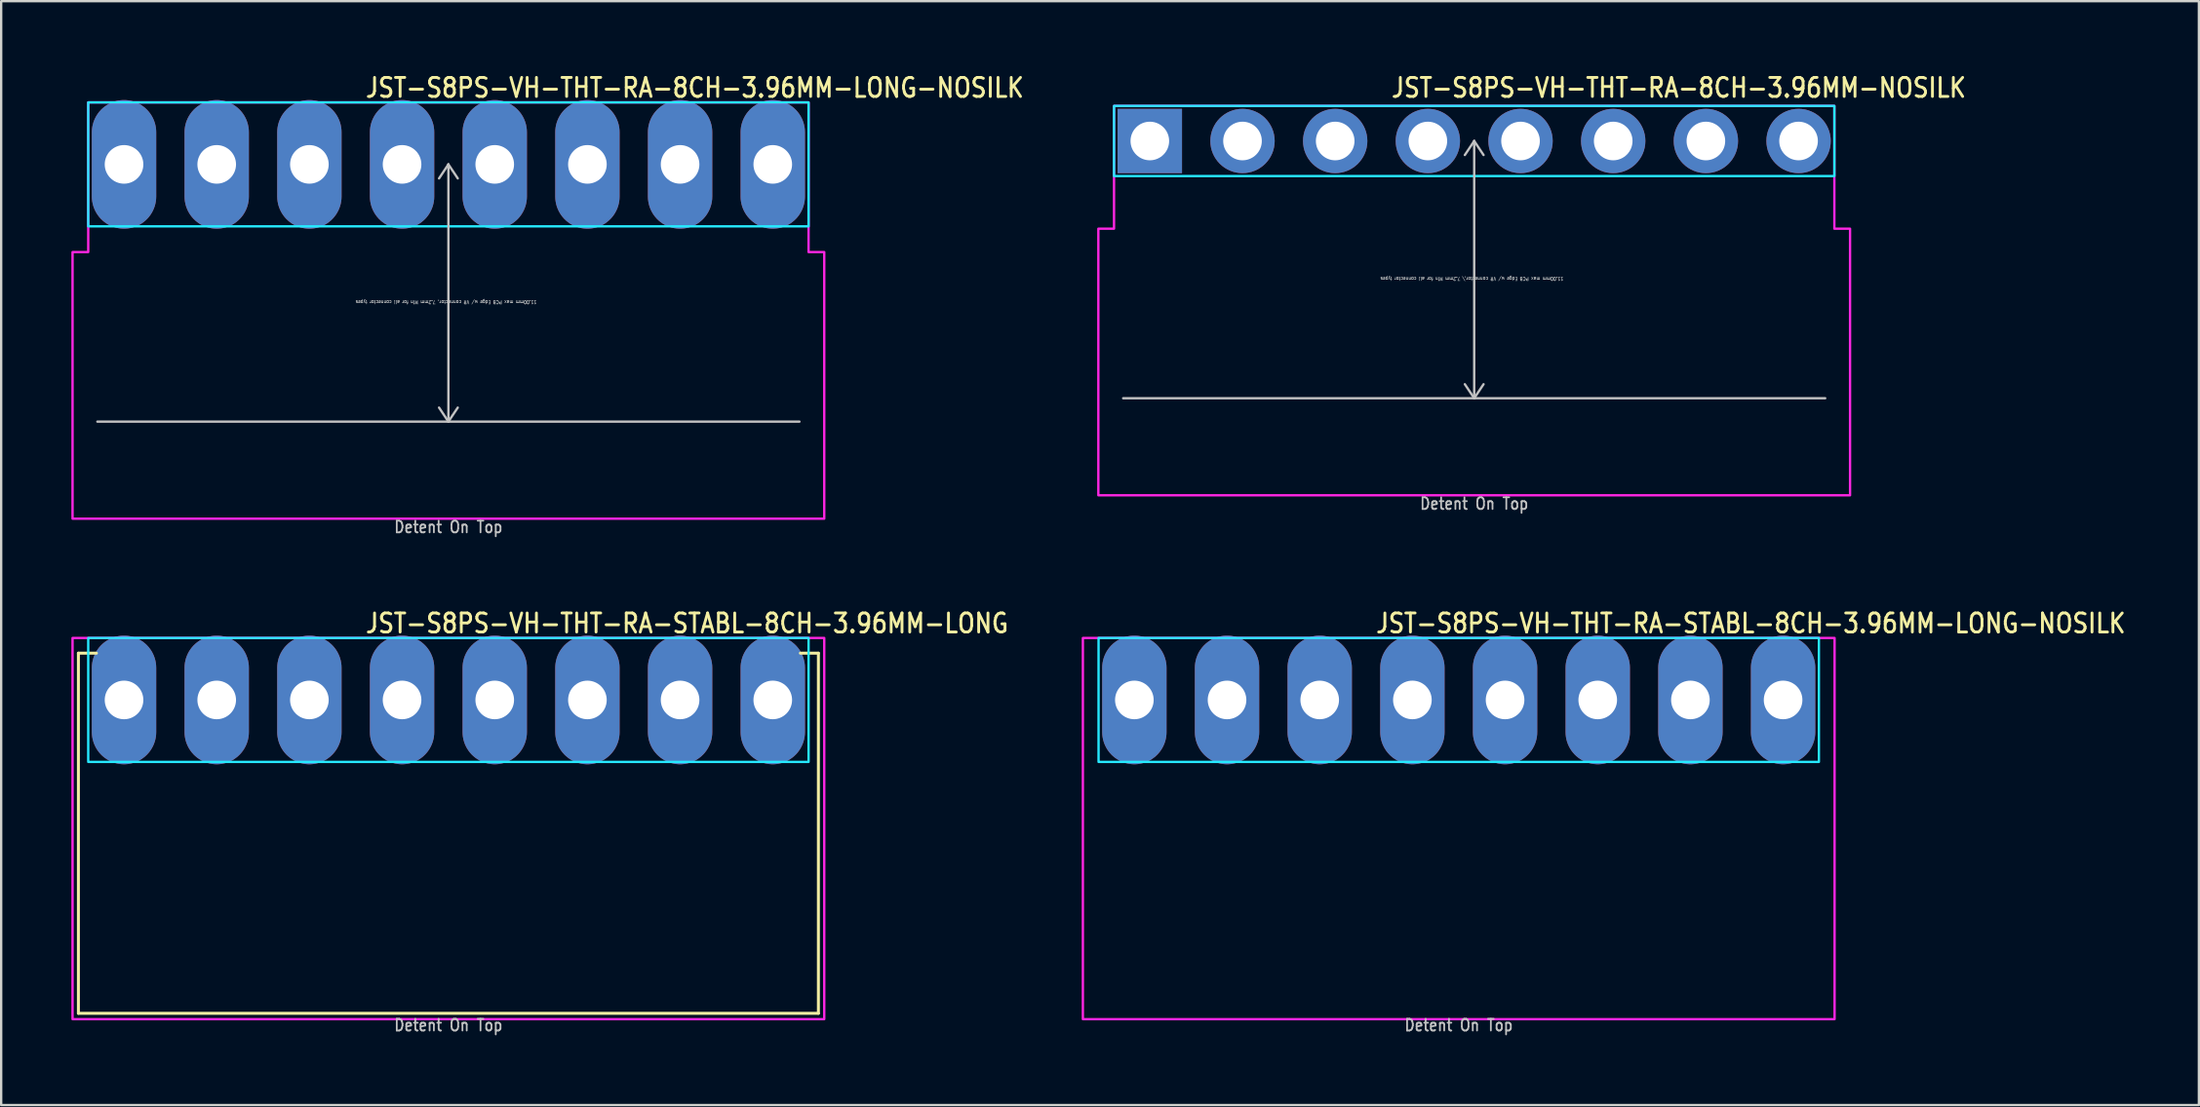
<source format=kicad_pcb>
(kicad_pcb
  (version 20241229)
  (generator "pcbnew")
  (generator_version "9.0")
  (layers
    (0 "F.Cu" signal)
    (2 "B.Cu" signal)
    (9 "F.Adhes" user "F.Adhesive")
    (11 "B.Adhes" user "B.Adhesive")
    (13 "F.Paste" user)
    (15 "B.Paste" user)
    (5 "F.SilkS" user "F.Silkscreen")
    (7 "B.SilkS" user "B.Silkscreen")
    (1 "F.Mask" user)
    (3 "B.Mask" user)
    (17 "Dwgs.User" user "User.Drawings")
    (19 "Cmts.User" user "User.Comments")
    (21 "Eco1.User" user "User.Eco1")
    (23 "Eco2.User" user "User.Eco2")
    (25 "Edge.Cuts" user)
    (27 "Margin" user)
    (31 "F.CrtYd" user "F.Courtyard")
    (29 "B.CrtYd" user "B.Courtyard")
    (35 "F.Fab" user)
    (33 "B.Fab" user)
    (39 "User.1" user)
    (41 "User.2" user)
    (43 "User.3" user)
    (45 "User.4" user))
  (footprint "JST-S8PS-VH-THT-RA-STABL-8CH-3.96MM-LONG-NOSILK"
    (layer "F.Cu")
    (at 59.281 26.88)
    (property "Reference" "JST-S8PS-VH-THT-RA-STABL-8CH-3.96MM-LONG-NOSILK" (at -3.6 -2.8 0) (unlocked yes) (layer "F.SilkS") (effects (font (size 0.813 0.695) (thickness 0.122)) (justify left bottom)))
    (fp_poly (pts (xy -15.39 -2.65) (xy -15.39 2.65) (xy 15.39 2.65) (xy 15.39 -2.65)) (stroke (width 0.1) (type solid)) (fill no) (layer "B.CrtYd"))
    (fp_poly (pts (xy -16.06 -2.65) (xy -16.06 13.65) (xy 16.06 13.65) (xy 16.06 -2.65)) (stroke (width 0.1) (type solid)) (fill no) (layer "F.CrtYd"))
    (fp_text user "Detent On Top" (at 0 14.2 0) (unlocked yes) (layer "Dwgs.User") (effects (font (size 0.5 0.427) (thickness 0.075)) (justify bottom)))
    (pad "1" thru_hole oval (at -13.86 0 90) (size 5.5 2.75) (drill 1.65) (layers "*.Cu" "*.Mask"))
    (pad "2" thru_hole oval (at -9.9 0 90) (size 5.5 2.75) (drill 1.65) (layers "*.Cu" "*.Mask"))
    (pad "3" thru_hole oval (at -5.94 0 90) (size 5.5 2.75) (drill 1.65) (layers "*.Cu" "*.Mask"))
    (pad "4" thru_hole oval (at -1.98 0 90) (size 5.5 2.75) (drill 1.65) (layers "*.Cu" "*.Mask"))
    (pad "5" thru_hole oval (at 1.98 0 90) (size 5.5 2.75) (drill 1.65) (layers "*.Cu" "*.Mask"))
    (pad "6" thru_hole oval (at 5.94 0 90) (size 5.5 2.75) (drill 1.65) (layers "*.Cu" "*.Mask"))
    (pad "7" thru_hole oval (at 9.9 0 90) (size 5.5 2.75) (drill 1.65) (layers "*.Cu" "*.Mask"))
    (pad "8" thru_hole oval (at 13.86 0 90) (size 5.5 2.75) (drill 1.65) (layers "*.Cu" "*.Mask")))
  (footprint "JST-S8PS-VH-THT-RA-8CH-3.96MM-NOSILK"
    (layer "F.Cu")
    (at 59.942 2.979)
    (property "Reference" "JST-S8PS-VH-THT-RA-8CH-3.96MM-NOSILK" (at -3.6 -1.8 0) (unlocked yes) (layer "F.SilkS") (effects (font (size 0.813 0.695) (thickness 0.122)) (justify left bottom)))
    (fp_line (start -15 11) (end 15 11) (stroke (width 0.1) (type solid)) (layer "Dwgs.User"))
    (fp_line (start 0 0) (end -0.4 0.6) (stroke (width 0.1) (type solid)) (layer "Dwgs.User"))
    (fp_line (start 0 0) (end 0 11) (stroke (width 0.1) (type solid)) (layer "Dwgs.User"))
    (fp_line (start 0 0) (end 0.4 0.6) (stroke (width 0.1) (type solid)) (layer "Dwgs.User"))
    (fp_line (start 0 11) (end -0.4 10.4) (stroke (width 0.1) (type solid)) (layer "Dwgs.User"))
    (fp_line (start 0 11) (end 0.4 10.4) (stroke (width 0.1) (type solid)) (layer "Dwgs.User"))
    (fp_poly (pts (xy -15.39 -1.5) (xy -15.39 1.5) (xy 15.39 1.5) (xy 15.39 -1.5)) (stroke (width 0.1) (type solid)) (fill no) (layer "B.CrtYd"))
    (fp_poly (pts (xy -16.06 3.75) (xy -16.06 15.15) (xy 16.06 15.15) (xy 16.06 3.75) (xy 15.39 3.75) (xy 15.39 -1.5) (xy -15.39 -1.5) (xy -15.39 3.75)) (stroke (width 0.1) (type solid)) (fill no) (layer "F.CrtYd"))
    (fp_text user "Detent On Top" (at 0 15.8 0) (unlocked yes) (layer "Dwgs.User") (effects (font (size 0.5 0.427) (thickness 0.075)) (justify bottom)))
    (fp_text user "11.00mm max PCB Edge w/ VR connector,\\ 7.2mm Min for all connector types" (at -0.1 5.8 180) (unlocked yes) (layer "Dwgs.User") (effects (font (size 0.15 0.128) (thickness 0.022)) (justify bottom)))
    (pad "1" thru_hole rect (at -13.86 0) (size 2.75 2.75) (drill 1.65) (layers "*.Cu" "*.Mask"))
    (pad "2" thru_hole oval (at -9.9 0) (size 2.75 2.75) (drill 1.65) (layers "*.Cu" "*.Mask"))
    (pad "3" thru_hole oval (at -5.94 0) (size 2.75 2.75) (drill 1.65) (layers "*.Cu" "*.Mask"))
    (pad "4" thru_hole oval (at -1.98 0) (size 2.75 2.75) (drill 1.65) (layers "*.Cu" "*.Mask"))
    (pad "5" thru_hole oval (at 1.98 0) (size 2.75 2.75) (drill 1.65) (layers "*.Cu" "*.Mask"))
    (pad "6" thru_hole oval (at 5.94 0) (size 2.75 2.75) (drill 1.65) (layers "*.Cu" "*.Mask"))
    (pad "7" thru_hole oval (at 9.9 0) (size 2.75 2.75) (drill 1.65) (layers "*.Cu" "*.Mask"))
    (pad "8" thru_hole oval (at 13.86 0) (size 2.75 2.75) (drill 1.65) (layers "*.Cu" "*.Mask")))
  (footprint "JST-S8PS-VH-THT-RA-STABL-8CH-3.96MM-LONG"
    (layer "F.Cu")
    (at 16.11 26.88)
    (property "Reference" "JST-S8PS-VH-THT-RA-STABL-8CH-3.96MM-LONG" (at -3.6 -2.8 0) (unlocked yes) (layer "F.SilkS") (effects (font (size 0.813 0.695) (thickness 0.122)) (justify left bottom)))
    (fp_line (start -15.81 -2) (end -15.04 -2) (stroke (width 0.127) (type solid)) (layer "F.SilkS"))
    (fp_line (start -15.81 13.4) (end -15.81 -2) (stroke (width 0.127) (type solid)) (layer "F.SilkS"))
    (fp_line (start -15.81 13.4) (end 15.81 13.4) (stroke (width 0.127) (type solid)) (layer "F.SilkS"))
    (fp_line (start 15.81 -2) (end 15.04 -2) (stroke (width 0.127) (type solid)) (layer "F.SilkS"))
    (fp_line (start 15.81 -2) (end 15.81 13.4) (stroke (width 0.127) (type solid)) (layer "F.SilkS"))
    (fp_poly (pts (xy -15.39 -2.65) (xy -15.39 2.65) (xy 15.39 2.65) (xy 15.39 -2.65)) (stroke (width 0.1) (type solid)) (fill no) (layer "B.CrtYd"))
    (fp_poly (pts (xy -16.06 -2.65) (xy -16.06 13.65) (xy 16.06 13.65) (xy 16.06 -2.65)) (stroke (width 0.1) (type solid)) (fill no) (layer "F.CrtYd"))
    (fp_text user "Detent On Top" (at 0 14.2 0) (unlocked yes) (layer "Dwgs.User") (effects (font (size 0.5 0.427) (thickness 0.075)) (justify bottom)))
    (pad "1" thru_hole oval (at -13.86 0 90) (size 5.5 2.75) (drill 1.65) (layers "*.Cu" "*.Mask"))
    (pad "2" thru_hole oval (at -9.9 0 90) (size 5.5 2.75) (drill 1.65) (layers "*.Cu" "*.Mask"))
    (pad "3" thru_hole oval (at -5.94 0 90) (size 5.5 2.75) (drill 1.65) (layers "*.Cu" "*.Mask"))
    (pad "4" thru_hole oval (at -1.98 0 90) (size 5.5 2.75) (drill 1.65) (layers "*.Cu" "*.Mask"))
    (pad "5" thru_hole oval (at 1.98 0 90) (size 5.5 2.75) (drill 1.65) (layers "*.Cu" "*.Mask"))
    (pad "6" thru_hole oval (at 5.94 0 90) (size 5.5 2.75) (drill 1.65) (layers "*.Cu" "*.Mask"))
    (pad "7" thru_hole oval (at 9.9 0 90) (size 5.5 2.75) (drill 1.65) (layers "*.Cu" "*.Mask"))
    (pad "8" thru_hole oval (at 13.86 0 90) (size 5.5 2.75) (drill 1.65) (layers "*.Cu" "*.Mask")))
  (footprint "JST-S8PS-VH-THT-RA-8CH-3.96MM-LONG-NOSILK"
    (layer "F.Cu")
    (at 16.11 3.979)
    (property "Reference" "JST-S8PS-VH-THT-RA-8CH-3.96MM-LONG-NOSILK" (at -3.6 -2.8 0) (unlocked yes) (layer "F.SilkS") (effects (font (size 0.813 0.695) (thickness 0.122)) (justify left bottom)))
    (fp_line (start -15 11) (end 15 11) (stroke (width 0.1) (type solid)) (layer "Dwgs.User"))
    (fp_line (start 0 0) (end -0.4 0.6) (stroke (width 0.1) (type solid)) (layer "Dwgs.User"))
    (fp_line (start 0 0) (end 0 11) (stroke (width 0.1) (type solid)) (layer "Dwgs.User"))
    (fp_line (start 0 0) (end 0.4 0.6) (stroke (width 0.1) (type solid)) (layer "Dwgs.User"))
    (fp_line (start 0 11) (end -0.4 10.4) (stroke (width 0.1) (type solid)) (layer "Dwgs.User"))
    (fp_line (start 0 11) (end 0.4 10.4) (stroke (width 0.1) (type solid)) (layer "Dwgs.User"))
    (fp_poly (pts (xy -15.39 -2.65) (xy -15.39 2.65) (xy 15.39 2.65) (xy 15.39 -2.65)) (stroke (width 0.1) (type solid)) (fill no) (layer "B.CrtYd"))
    (fp_poly (pts (xy -16.06 3.75) (xy -16.06 15.15) (xy 16.06 15.15) (xy 16.06 3.75) (xy 15.39 3.75) (xy 15.39 -2.65) (xy -15.39 -2.65) (xy -15.39 3.75)) (stroke (width 0.1) (type solid)) (fill no) (layer "F.CrtYd"))
    (fp_text user "11.00mm max PCB Edge w/ VR connector, 7.2mm Min for all connector types" (at -0.1 5.8 180) (unlocked yes) (layer "Dwgs.User") (effects (font (size 0.15 0.128) (thickness 0.022)) (justify bottom)))
    (fp_text user "Detent On Top" (at 0 15.8 0) (unlocked yes) (layer "Dwgs.User") (effects (font (size 0.5 0.427) (thickness 0.075)) (justify bottom)))
    (pad "1" thru_hole oval (at -13.86 0 90) (size 5.5 2.75) (drill 1.65) (layers "*.Cu" "*.Mask"))
    (pad "2" thru_hole oval (at -9.9 0 90) (size 5.5 2.75) (drill 1.65) (layers "*.Cu" "*.Mask"))
    (pad "3" thru_hole oval (at -5.94 0 90) (size 5.5 2.75) (drill 1.65) (layers "*.Cu" "*.Mask"))
    (pad "4" thru_hole oval (at -1.98 0 90) (size 5.5 2.75) (drill 1.65) (layers "*.Cu" "*.Mask"))
    (pad "5" thru_hole oval (at 1.98 0 90) (size 5.5 2.75) (drill 1.65) (layers "*.Cu" "*.Mask"))
    (pad "6" thru_hole oval (at 5.94 0 90) (size 5.5 2.75) (drill 1.65) (layers "*.Cu" "*.Mask"))
    (pad "7" thru_hole oval (at 9.9 0 90) (size 5.5 2.75) (drill 1.65) (layers "*.Cu" "*.Mask"))
    (pad "8" thru_hole oval (at 13.86 0 90) (size 5.5 2.75) (drill 1.65) (layers "*.Cu" "*.Mask")))
  (gr_rect
    (start -3 -3)
    (end 90.908 44.204)
    (stroke (width 0.1) (type default))
    (fill no)
    (layer "Edge.Cuts")))
</source>
